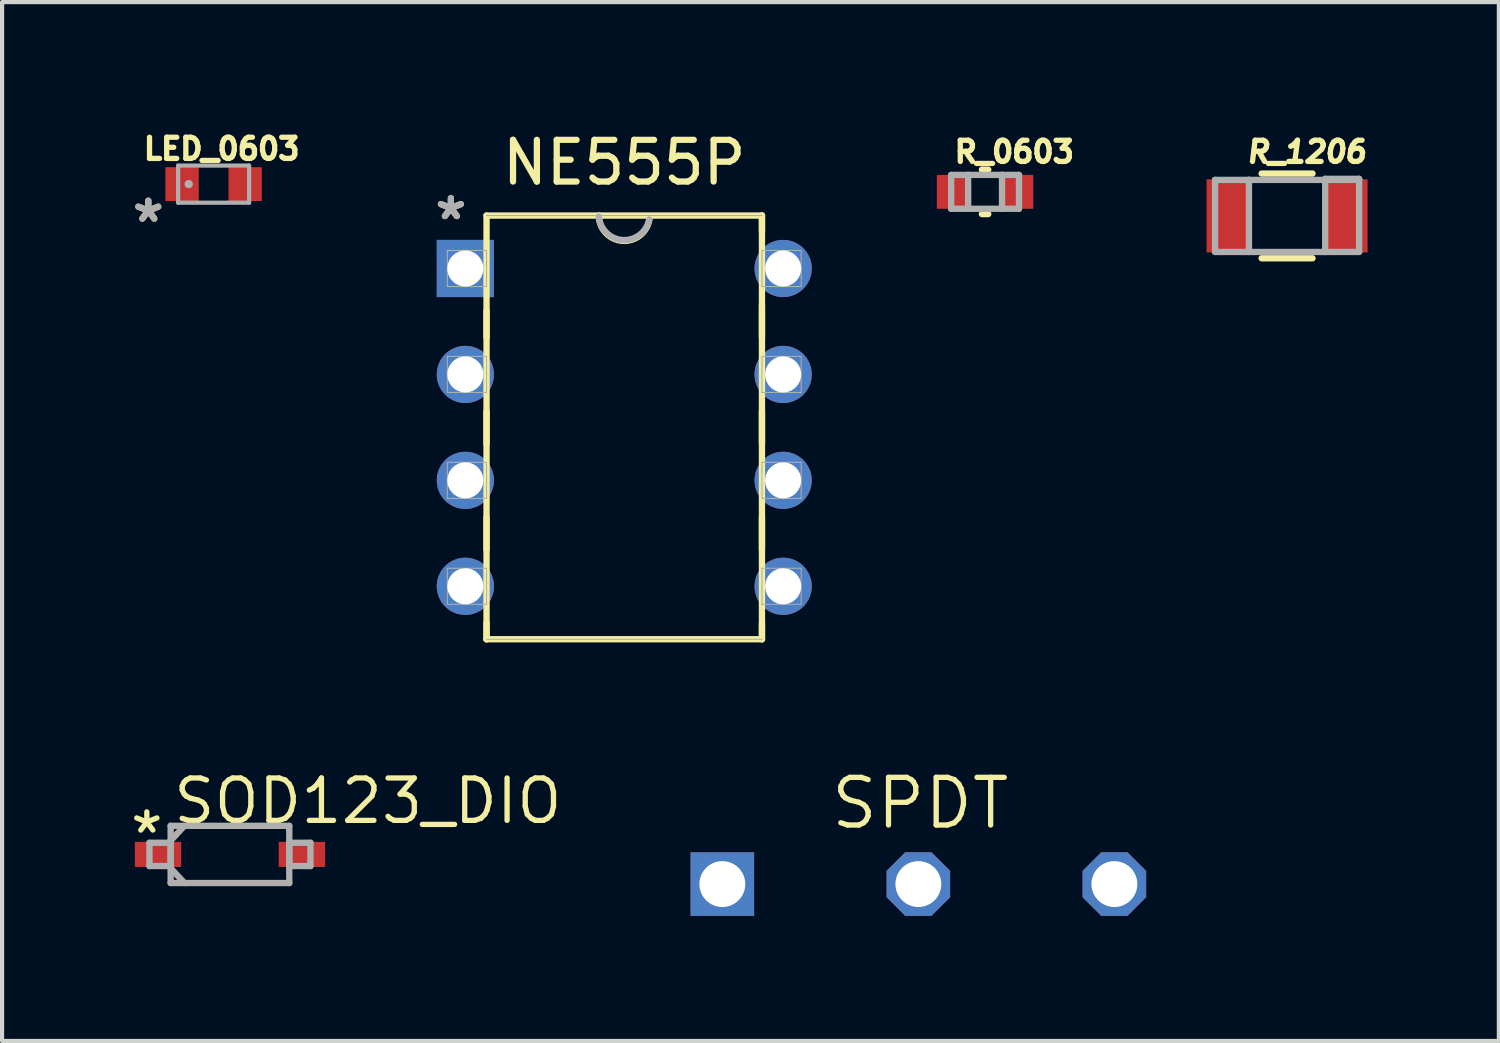
<source format=kicad_pcb>
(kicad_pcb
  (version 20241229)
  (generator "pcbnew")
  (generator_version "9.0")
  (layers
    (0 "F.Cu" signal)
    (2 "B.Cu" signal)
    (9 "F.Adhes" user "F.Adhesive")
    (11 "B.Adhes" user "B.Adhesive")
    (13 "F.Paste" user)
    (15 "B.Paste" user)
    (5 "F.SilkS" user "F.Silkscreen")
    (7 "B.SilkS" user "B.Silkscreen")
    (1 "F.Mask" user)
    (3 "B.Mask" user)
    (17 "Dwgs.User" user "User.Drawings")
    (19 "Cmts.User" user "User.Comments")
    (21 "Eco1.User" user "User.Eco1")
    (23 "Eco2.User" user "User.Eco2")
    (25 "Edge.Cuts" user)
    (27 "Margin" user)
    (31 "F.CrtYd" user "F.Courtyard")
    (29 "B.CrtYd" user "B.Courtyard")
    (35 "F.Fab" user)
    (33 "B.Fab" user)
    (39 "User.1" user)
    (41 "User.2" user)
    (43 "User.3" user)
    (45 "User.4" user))
  (footprint "SPDT"
    (layer "F.Cu")
    (at 14.27 18.148)
    (property "Reference" "SPDT" (at 2.54 -1.27 0) (layer "F.SilkS") (effects (font (size 1.143 1.143) (thickness 0.127)) (justify left bottom)))
    (attr through_hole)
    (pad "1" thru_hole rect (at 0 0 90) (size 1.524 1.524) (drill 1.1) (layers "*.Cu" "*.Mask"))
    (pad "2" thru_hole roundrect (at 4.7 0 90) (size 1.524 1.524) (drill 1.1) (layers "*.Cu" "*.Mask") (roundrect_rratio 0.25) (chamfer_ratio 0.293) (chamfer top_left top_right bottom_left bottom_right))
    (pad "3" thru_hole roundrect (at 9.4 0 90) (size 1.524 1.524) (drill 1.1) (layers "*.Cu" "*.Mask") (roundrect_rratio 0.25) (chamfer_ratio 0.293) (chamfer top_left top_right bottom_left bottom_right)))
  (footprint "R_0603"
    (layer "F.Cu")
    (at 20.57 1.55)
    (property "Reference" "R_0603" (at -0.799 -0.661 0) (layer "F.SilkS") (effects (font (size 0.508 0.508) (thickness 0.127)) (justify left bottom)))
    (attr smd)
    (fp_line (start -0.076 0.533) (end 0.076 0.533) (stroke (width 0.152) (type solid)) (layer "F.SilkS"))
    (fp_line (start 0.076 -0.533) (end -0.076 -0.533) (stroke (width 0.152) (type solid)) (layer "F.SilkS"))
    (fp_line (start -0.813 -0.406) (end -0.813 0.406) (stroke (width 0.152) (type solid)) (layer "F.Fab"))
    (fp_line (start -0.813 0.406) (end -0.406 0.406) (stroke (width 0.152) (type solid)) (layer "F.Fab"))
    (fp_line (start -0.406 -0.406) (end -0.813 -0.406) (stroke (width 0.152) (type solid)) (layer "F.Fab"))
    (fp_line (start -0.406 0.406) (end -0.406 -0.406) (stroke (width 0.152) (type solid)) (layer "F.Fab"))
    (fp_line (start -0.406 0.406) (end 0.406 0.406) (stroke (width 0.152) (type solid)) (layer "F.Fab"))
    (fp_line (start 0.406 -0.406) (end -0.406 -0.406) (stroke (width 0.152) (type solid)) (layer "F.Fab"))
    (fp_line (start 0.406 -0.406) (end 0.406 0.406) (stroke (width 0.152) (type solid)) (layer "F.Fab"))
    (fp_line (start 0.406 0.406) (end 0.813 0.406) (stroke (width 0.152) (type solid)) (layer "F.Fab"))
    (fp_line (start 0.813 -0.406) (end 0.406 -0.406) (stroke (width 0.152) (type solid)) (layer "F.Fab"))
    (fp_line (start 0.813 0.406) (end 0.813 -0.406) (stroke (width 0.152) (type solid)) (layer "F.Fab"))
    (pad "1" smd rect (at -0.775 0) (size 0.762 0.813) (layers "F.Cu" "F.Mask" "F.Paste"))
    (pad "2" smd rect (at 0.775 0) (size 0.762 0.813) (layers "F.Cu" "F.Mask" "F.Paste")))
  (footprint "SOD123_DIO"
    (layer "F.Cu")
    (at 2.464 17.437)
    (property "Reference" "SOD123_DIO" (at -1.422 -0.686 0) (layer "F.SilkS") (effects (font (size 1.016 1.016) (thickness 0.127)) (justify left bottom)))
    (attr smd)
    (fp_line (start -1.93 -0.279) (end -1.93 0.279) (stroke (width 0.152) (type solid)) (layer "F.Fab"))
    (fp_line (start -1.93 0.279) (end -1.422 0.279) (stroke (width 0.152) (type solid)) (layer "F.Fab"))
    (fp_line (start -1.422 -0.686) (end -1.422 0.686) (stroke (width 0.152) (type solid)) (layer "F.Fab"))
    (fp_line (start -1.422 -0.33) (end -1.092 -0.686) (stroke (width 0.152) (type solid)) (layer "F.Fab"))
    (fp_line (start -1.422 -0.279) (end -1.93 -0.279) (stroke (width 0.152) (type solid)) (layer "F.Fab"))
    (fp_line (start -1.422 0.279) (end -1.422 -0.279) (stroke (width 0.152) (type solid)) (layer "F.Fab"))
    (fp_line (start -1.422 0.33) (end -1.092 0.686) (stroke (width 0.152) (type solid)) (layer "F.Fab"))
    (fp_line (start -1.422 0.686) (end 1.422 0.686) (stroke (width 0.152) (type solid)) (layer "F.Fab"))
    (fp_line (start 1.422 -0.686) (end -1.422 -0.686) (stroke (width 0.152) (type solid)) (layer "F.Fab"))
    (fp_line (start 1.422 -0.279) (end 1.422 0.279) (stroke (width 0.152) (type solid)) (layer "F.Fab"))
    (fp_line (start 1.422 0.279) (end 1.93 0.279) (stroke (width 0.152) (type solid)) (layer "F.Fab"))
    (fp_line (start 1.422 0.686) (end 1.422 -0.686) (stroke (width 0.152) (type solid)) (layer "F.Fab"))
    (fp_line (start 1.93 -0.279) (end 1.422 -0.279) (stroke (width 0.152) (type solid)) (layer "F.Fab"))
    (fp_line (start 1.93 0.279) (end 1.93 -0.279) (stroke (width 0.152) (type solid)) (layer "F.Fab"))
    (fp_text user "*" (at -2.464 0.127 0) (layer "F.SilkS") (effects (font (size 1.016 1.016) (thickness 0.127)) (justify left bottom)))
    (pad "1" smd rect (at -1.725 0) (size 1.111 0.601) (layers "F.Cu" "F.Mask" "F.Paste"))
    (pad "2" smd rect (at 1.725 0) (size 1.111 0.601) (layers "F.Cu" "F.Mask" "F.Paste"))
    (zone (net_name "") (layer "F.Cu") (hatch edge 0.5) (connect_pads) (min_thickness 0.25) (filled_areas_thickness no) (keepout (tracks not_allowed) (vias not_allowed) (pads not_allowed) (copperpour not_allowed) (footprints allowed)) (placement (enabled no)) (fill) (polygon (pts (xy 1.345 16.813) (xy 3.582 16.813) (xy 3.582 18.061) (xy 1.345 18.061)))))
  (footprint "LED_0603"
    (layer "F.Cu")
    (at 2.072 1.365)
    (property "Reference" "LED_0603" (at 0.193 -0.845 0) (layer "F.SilkS") (effects (font (size 0.508 0.508) (thickness 0.127) (bold yes))))
    (attr smd)
    (fp_line (start -0.851 -0.445) (end -0.851 0.445) (stroke (width 0.1) (type solid)) (layer "F.Fab"))
    (fp_line (start -0.851 0.445) (end 0.851 0.445) (stroke (width 0.1) (type solid)) (layer "F.Fab"))
    (fp_line (start 0.851 -0.445) (end -0.851 -0.445) (stroke (width 0.1) (type solid)) (layer "F.Fab"))
    (fp_line (start 0.851 0.445) (end 0.851 -0.445) (stroke (width 0.1) (type solid)) (layer "F.Fab"))
    (fp_circle (center -0.597 0) (end -0.597 0) (stroke (width 0.1) (type solid)) (fill no) (layer "F.Fab"))
    (fp_text user "*" (at -1.566 0.943 0) (layer "F.SilkS") (effects (font (size 1 1) (thickness 0.15))))
    (fp_text user "*" (at -1.566 0.943 0) (layer "F.Fab") (effects (font (size 1 1) (thickness 0.15))))
    (pad "1" smd rect (at -0.756 0) (size 0.8 0.813) (layers "F.Cu" "F.Mask" "F.Paste"))
    (pad "2" smd rect (at 0.756 0) (size 0.8 0.813) (layers "F.Cu" "F.Mask" "F.Paste")))
  (footprint "R_1206"
    (layer "F.Cu")
    (at 27.811 2.127)
    (property "Reference" "R_1206" (at -1.031 -1.238 0) (layer "F.SilkS") (effects (font (size 0.508 0.508) (thickness 0.127) (italic yes)) (justify left bottom)))
    (attr smd)
    (fp_line (start -0.61 1.016) (end 0.61 1.016) (stroke (width 0.152) (type solid)) (layer "F.SilkS"))
    (fp_line (start 0.61 -1.016) (end -0.61 -1.016) (stroke (width 0.152) (type solid)) (layer "F.SilkS"))
    (fp_line (start -1.727 -0.864) (end -1.727 0.864) (stroke (width 0.152) (type solid)) (layer "F.Fab"))
    (fp_line (start -1.727 0.864) (end -0.914 0.864) (stroke (width 0.152) (type solid)) (layer "F.Fab"))
    (fp_line (start -0.914 -0.864) (end -1.727 -0.864) (stroke (width 0.152) (type solid)) (layer "F.Fab"))
    (fp_line (start -0.914 0.864) (end -0.914 -0.864) (stroke (width 0.152) (type solid)) (layer "F.Fab"))
    (fp_line (start -0.914 0.864) (end 0.914 0.864) (stroke (width 0.152) (type solid)) (layer "F.Fab"))
    (fp_line (start 0.914 -0.889) (end 0.914 0.864) (stroke (width 0.152) (type solid)) (layer "F.Fab"))
    (fp_line (start 0.914 0.864) (end 1.727 0.864) (stroke (width 0.152) (type solid)) (layer "F.Fab"))
    (fp_line (start 1.727 -0.889) (end 0.914 -0.889) (stroke (width 0.152) (type solid)) (layer "F.Fab"))
    (fp_line (start 1.727 -0.864) (end -0.914 -0.864) (stroke (width 0.152) (type solid)) (layer "F.Fab"))
    (fp_line (start 1.727 -0.864) (end 1.727 -0.889) (stroke (width 0.152) (type solid)) (layer "F.Fab"))
    (fp_line (start 1.727 0.864) (end 1.727 -0.864) (stroke (width 0.152) (type solid)) (layer "F.Fab"))
    (pad "1" smd rect (at -1.422 0) (size 1.016 1.753) (layers "F.Cu" "F.Mask" "F.Paste"))
    (pad "2" smd rect (at 1.422 0) (size 1.016 1.753) (layers "F.Cu" "F.Mask" "F.Paste")))
  (footprint "NE555P"
    (layer "F.Cu")
    (at 15.728 11.008)
    (property "Reference" "NE555P" (at -3.81 -10.16 0) (unlocked yes) (layer "F.SilkS") (effects (font (size 1 1) (thickness 0.15))))
    (attr through_hole)
    (fp_line (start -7.112 -8.89) (end -7.112 1.27) (stroke (width 0.152) (type solid)) (layer "F.SilkS"))
    (fp_line (start -7.112 -6.601) (end -7.112 -5.963) (stroke (width 0.152) (type solid)) (layer "F.SilkS"))
    (fp_line (start -7.112 -4.197) (end -7.112 -3.423) (stroke (width 0.152) (type solid)) (layer "F.SilkS"))
    (fp_line (start -7.112 -1.657) (end -7.112 -0.883) (stroke (width 0.152) (type solid)) (layer "F.SilkS"))
    (fp_line (start -7.112 0.883) (end -7.112 1.27) (stroke (width 0.152) (type solid)) (layer "F.SilkS"))
    (fp_line (start -7.112 1.27) (end -0.508 1.27) (stroke (width 0.152) (type solid)) (layer "F.SilkS"))
    (fp_line (start -0.508 -8.89) (end -7.112 -8.89) (stroke (width 0.152) (type solid)) (layer "F.SilkS"))
    (fp_line (start -0.508 -8.503) (end -0.508 -8.89) (stroke (width 0.152) (type solid)) (layer "F.SilkS"))
    (fp_line (start -0.508 -5.963) (end -0.508 -6.737) (stroke (width 0.152) (type solid)) (layer "F.SilkS"))
    (fp_line (start -0.508 -3.423) (end -0.508 -4.197) (stroke (width 0.152) (type solid)) (layer "F.SilkS"))
    (fp_line (start -0.508 -0.883) (end -0.508 -1.657) (stroke (width 0.152) (type solid)) (layer "F.SilkS"))
    (fp_line (start -0.508 1.27) (end -0.508 -8.89) (stroke (width 0.152) (type solid)) (layer "F.SilkS"))
    (fp_line (start -0.508 1.27) (end -0.508 0.883) (stroke (width 0.152) (type solid)) (layer "F.SilkS"))
    (fp_arc (start -3.209267 -8.795976) (mid -3.857154 -8.283785) (end -4.418047 -8.89) (stroke (width 0.1524) (type solid)) (layer "F.SilkS"))
    (fp_line (start -8.052 -8.052) (end -8.052 -7.188) (stroke (width 0.025) (type solid)) (layer "F.Fab"))
    (fp_line (start -8.052 -7.188) (end -7.112 -7.188) (stroke (width 0.025) (type solid)) (layer "F.Fab"))
    (fp_line (start -8.052 -5.512) (end -8.052 -4.648) (stroke (width 0.025) (type solid)) (layer "F.Fab"))
    (fp_line (start -8.052 -4.648) (end -7.112 -4.648) (stroke (width 0.025) (type solid)) (layer "F.Fab"))
    (fp_line (start -8.052 -2.972) (end -8.052 -2.108) (stroke (width 0.025) (type solid)) (layer "F.Fab"))
    (fp_line (start -8.052 -2.108) (end -7.112 -2.108) (stroke (width 0.025) (type solid)) (layer "F.Fab"))
    (fp_line (start -8.052 -0.432) (end -8.052 0.432) (stroke (width 0.025) (type solid)) (layer "F.Fab"))
    (fp_line (start -8.052 0.432) (end -7.112 0.432) (stroke (width 0.025) (type solid)) (layer "F.Fab"))
    (fp_line (start -7.112 -8.052) (end -8.052 -8.052) (stroke (width 0.025) (type solid)) (layer "F.Fab"))
    (fp_line (start -7.112 -7.188) (end -7.112 -8.052) (stroke (width 0.025) (type solid)) (layer "F.Fab"))
    (fp_line (start -7.112 -5.512) (end -8.052 -5.512) (stroke (width 0.025) (type solid)) (layer "F.Fab"))
    (fp_line (start -7.112 -4.648) (end -7.112 -5.512) (stroke (width 0.025) (type solid)) (layer "F.Fab"))
    (fp_line (start -7.112 -2.972) (end -8.052 -2.972) (stroke (width 0.025) (type solid)) (layer "F.Fab"))
    (fp_line (start -7.112 -2.108) (end -7.112 -2.972) (stroke (width 0.025) (type solid)) (layer "F.Fab"))
    (fp_line (start -7.112 -0.432) (end -8.052 -0.432) (stroke (width 0.025) (type solid)) (layer "F.Fab"))
    (fp_line (start -7.112 0.432) (end -7.112 -0.432) (stroke (width 0.025) (type solid)) (layer "F.Fab"))
    (fp_line (start -7.112 1.27) (end -0.508 1.27) (stroke (width 0.025) (type solid)) (layer "F.Fab"))
    (fp_line (start -0.508 -8.89) (end -7.112 -8.89) (stroke (width 0.025) (type solid)) (layer "F.Fab"))
    (fp_line (start -0.508 -8.052) (end -0.508 -7.188) (stroke (width 0.025) (type solid)) (layer "F.Fab"))
    (fp_line (start -0.508 -7.188) (end 0.432 -7.188) (stroke (width 0.025) (type solid)) (layer "F.Fab"))
    (fp_line (start -0.508 -5.512) (end -0.508 -4.648) (stroke (width 0.025) (type solid)) (layer "F.Fab"))
    (fp_line (start -0.508 -4.648) (end 0.432 -4.648) (stroke (width 0.025) (type solid)) (layer "F.Fab"))
    (fp_line (start -0.508 -2.972) (end -0.508 -2.108) (stroke (width 0.025) (type solid)) (layer "F.Fab"))
    (fp_line (start -0.508 -2.108) (end 0.432 -2.108) (stroke (width 0.025) (type solid)) (layer "F.Fab"))
    (fp_line (start -0.508 -0.432) (end -0.508 0.432) (stroke (width 0.025) (type solid)) (layer "F.Fab"))
    (fp_line (start -0.508 0.432) (end 0.432 0.432) (stroke (width 0.025) (type solid)) (layer "F.Fab"))
    (fp_line (start 0.432 -8.052) (end -0.508 -8.052) (stroke (width 0.025) (type solid)) (layer "F.Fab"))
    (fp_line (start 0.432 -7.188) (end 0.432 -8.052) (stroke (width 0.025) (type solid)) (layer "F.Fab"))
    (fp_line (start 0.432 -5.512) (end -0.508 -5.512) (stroke (width 0.025) (type solid)) (layer "F.Fab"))
    (fp_line (start 0.432 -4.648) (end 0.432 -5.512) (stroke (width 0.025) (type solid)) (layer "F.Fab"))
    (fp_line (start 0.432 -2.972) (end -0.508 -2.972) (stroke (width 0.025) (type solid)) (layer "F.Fab"))
    (fp_line (start 0.432 -2.108) (end 0.432 -2.972) (stroke (width 0.025) (type solid)) (layer "F.Fab"))
    (fp_line (start 0.432 -0.432) (end -0.508 -0.432) (stroke (width 0.025) (type solid)) (layer "F.Fab"))
    (fp_line (start 0.432 0.432) (end 0.432 -0.432) (stroke (width 0.025) (type solid)) (layer "F.Fab"))
    (fp_arc (start -3.209268 -8.795976) (mid -3.845455 -8.302575) (end -4.420317 -8.866236) (stroke (width 0.1524) (type solid)) (layer "F.Fab"))
    (fp_text user "*" (at -7.967 -8.761 0) (layer "F.SilkS") (effects (font (size 1 1) (thickness 0.15))))
    (fp_text user "*" (at -7.967 -8.761 0) (layer "F.Fab") (effects (font (size 1 1) (thickness 0.15))))
    (pad "1" thru_hole rect (at -7.62 -7.62) (size 1.372 1.372) (drill 0.864) (layers "*.Cu" "*.Mask"))
    (pad "2" thru_hole circle (at -7.62 -5.08) (size 1.372 1.372) (drill 0.864) (layers "*.Cu" "*.Mask"))
    (pad "3" thru_hole circle (at -7.62 -2.54) (size 1.372 1.372) (drill 0.864) (layers "*.Cu" "*.Mask"))
    (pad "4" thru_hole circle (at -7.62 0) (size 1.372 1.372) (drill 0.864) (layers "*.Cu" "*.Mask"))
    (pad "5" thru_hole circle (at 0 0) (size 1.372 1.372) (drill 0.864) (layers "*.Cu" "*.Mask"))
    (pad "6" thru_hole circle (at 0 -2.54) (size 1.372 1.372) (drill 0.864) (layers "*.Cu" "*.Mask"))
    (pad "7" thru_hole circle (at 0 -5.08) (size 1.372 1.372) (drill 0.864) (layers "*.Cu" "*.Mask"))
    (pad "8" thru_hole circle (at 0 -7.62) (size 1.372 1.372) (drill 0.864) (layers "*.Cu" "*.Mask")))
  (gr_rect
    (start -3 -3)
    (end 32.889 21.91)
    (stroke (width 0.1) (type default))
    (fill no)
    (layer "Edge.Cuts")))
</source>
